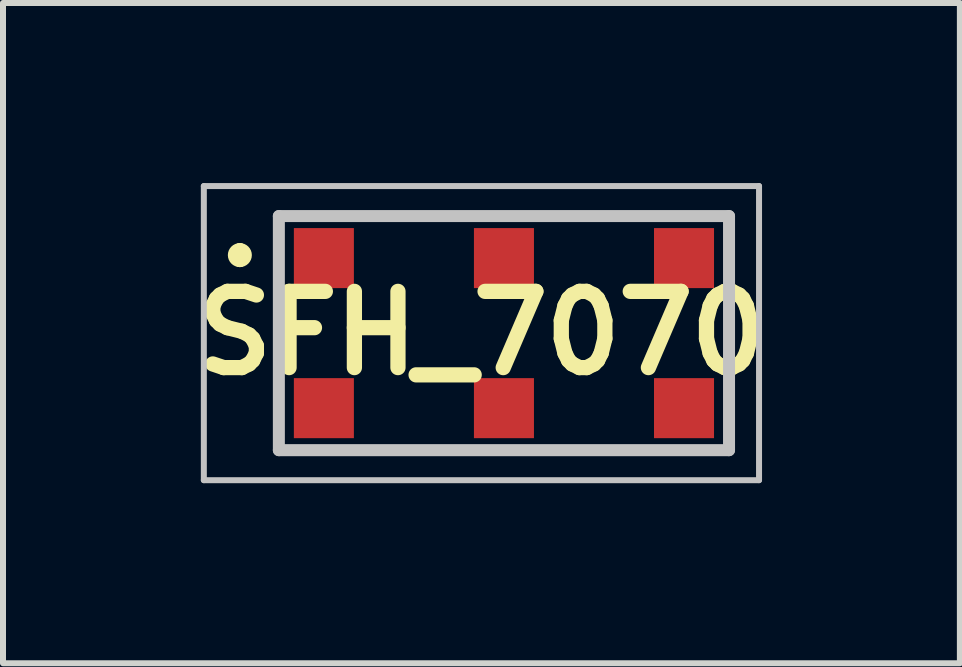
<source format=kicad_pcb>
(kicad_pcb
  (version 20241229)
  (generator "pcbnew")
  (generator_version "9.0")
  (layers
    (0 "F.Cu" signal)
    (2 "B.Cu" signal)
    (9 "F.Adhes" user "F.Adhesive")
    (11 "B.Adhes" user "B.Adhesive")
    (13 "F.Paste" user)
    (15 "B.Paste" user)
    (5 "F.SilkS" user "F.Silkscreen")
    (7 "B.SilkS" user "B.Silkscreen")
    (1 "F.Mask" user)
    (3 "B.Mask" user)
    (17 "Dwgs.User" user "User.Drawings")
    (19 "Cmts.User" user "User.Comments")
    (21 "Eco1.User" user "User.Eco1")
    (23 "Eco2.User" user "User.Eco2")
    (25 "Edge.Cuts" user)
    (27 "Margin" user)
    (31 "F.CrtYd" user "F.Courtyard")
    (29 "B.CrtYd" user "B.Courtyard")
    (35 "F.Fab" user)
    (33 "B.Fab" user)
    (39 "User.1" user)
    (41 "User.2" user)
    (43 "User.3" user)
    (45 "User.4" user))
  (footprint "SFH_7070"
    (layer "F.Cu")
    (at 5.346 2.5)
    (property "Reference" "SFH_7070" (at -0.375 0 0) (layer "F.SilkS") (effects (font (size 1.27 1.27) (thickness 0.254))))
    (attr smd)
    (fp_line (start -4.4 -1.4) (end -4.4 -1.4) (stroke (width 0.2) (type solid)) (layer "F.SilkS"))
    (fp_line (start -4.4 -1.2) (end -4.4 -1.2) (stroke (width 0.2) (type solid)) (layer "F.SilkS"))
    (fp_line (start -3.75 -0.5) (end -3.75 0.5) (stroke (width 0.1) (type solid)) (layer "F.SilkS"))
    (fp_line (start -2 -1.95) (end -1 -1.95) (stroke (width 0.1) (type solid)) (layer "F.SilkS"))
    (fp_line (start -2 1.95) (end -1 1.95) (stroke (width 0.1) (type solid)) (layer "F.SilkS"))
    (fp_line (start 1 -1.95) (end 2 -1.95) (stroke (width 0.1) (type solid)) (layer "F.SilkS"))
    (fp_line (start 1 1.95) (end 2 1.95) (stroke (width 0.1) (type solid)) (layer "F.SilkS"))
    (fp_line (start 3.75 -0.5) (end 3.75 0.5) (stroke (width 0.1) (type solid)) (layer "F.SilkS"))
    (fp_arc (start -4.4 -1.4) (mid -4.3 -1.3) (end -4.4 -1.2) (stroke (width 0.2) (type solid)) (layer "F.SilkS"))
    (fp_arc (start -4.4 -1.2) (mid -4.5 -1.3) (end -4.4 -1.4) (stroke (width 0.2) (type solid)) (layer "F.SilkS"))
    (fp_line (start -5 -2.45) (end 4.25 -2.45) (stroke (width 0.1) (type solid)) (layer "Dwgs.User"))
    (fp_line (start -5 2.45) (end -5 -2.45) (stroke (width 0.1) (type solid)) (layer "Dwgs.User"))
    (fp_line (start -3.75 -1.95) (end 3.75 -1.95) (stroke (width 0.2) (type solid)) (layer "Dwgs.User"))
    (fp_line (start -3.75 1.95) (end -3.75 -1.95) (stroke (width 0.2) (type solid)) (layer "Dwgs.User"))
    (fp_line (start 3.75 -1.95) (end 3.75 1.95) (stroke (width 0.2) (type solid)) (layer "Dwgs.User"))
    (fp_line (start 3.75 1.95) (end -3.75 1.95) (stroke (width 0.2) (type solid)) (layer "Dwgs.User"))
    (fp_line (start 4.25 -2.45) (end 4.25 2.45) (stroke (width 0.1) (type solid)) (layer "Dwgs.User"))
    (fp_line (start 4.25 2.45) (end -5 2.45) (stroke (width 0.1) (type solid)) (layer "Dwgs.User"))
    (pad "1" smd rect (at -3 -1.25 90) (size 1 1) (layers "F.Cu" "F.Paste"))
    (pad "2" smd rect (at 0 -1.25 90) (size 1 1) (layers "F.Cu" "F.Paste"))
    (pad "3" smd rect (at 3 -1.25 90) (size 1 1) (layers "F.Cu" "F.Paste"))
    (pad "4" smd rect (at 3 1.25 90) (size 1 1) (layers "F.Cu" "F.Paste"))
    (pad "5" smd rect (at 0 1.25 90) (size 1 1) (layers "F.Cu" "F.Paste"))
    (pad "6" smd rect (at -3 1.25 90) (size 1 1) (layers "F.Cu" "F.Paste")))
  (gr_rect
    (start -3 -3)
    (end 12.942 8)
    (stroke (width 0.1) (type default))
    (fill no)
    (layer "Edge.Cuts")))
</source>
